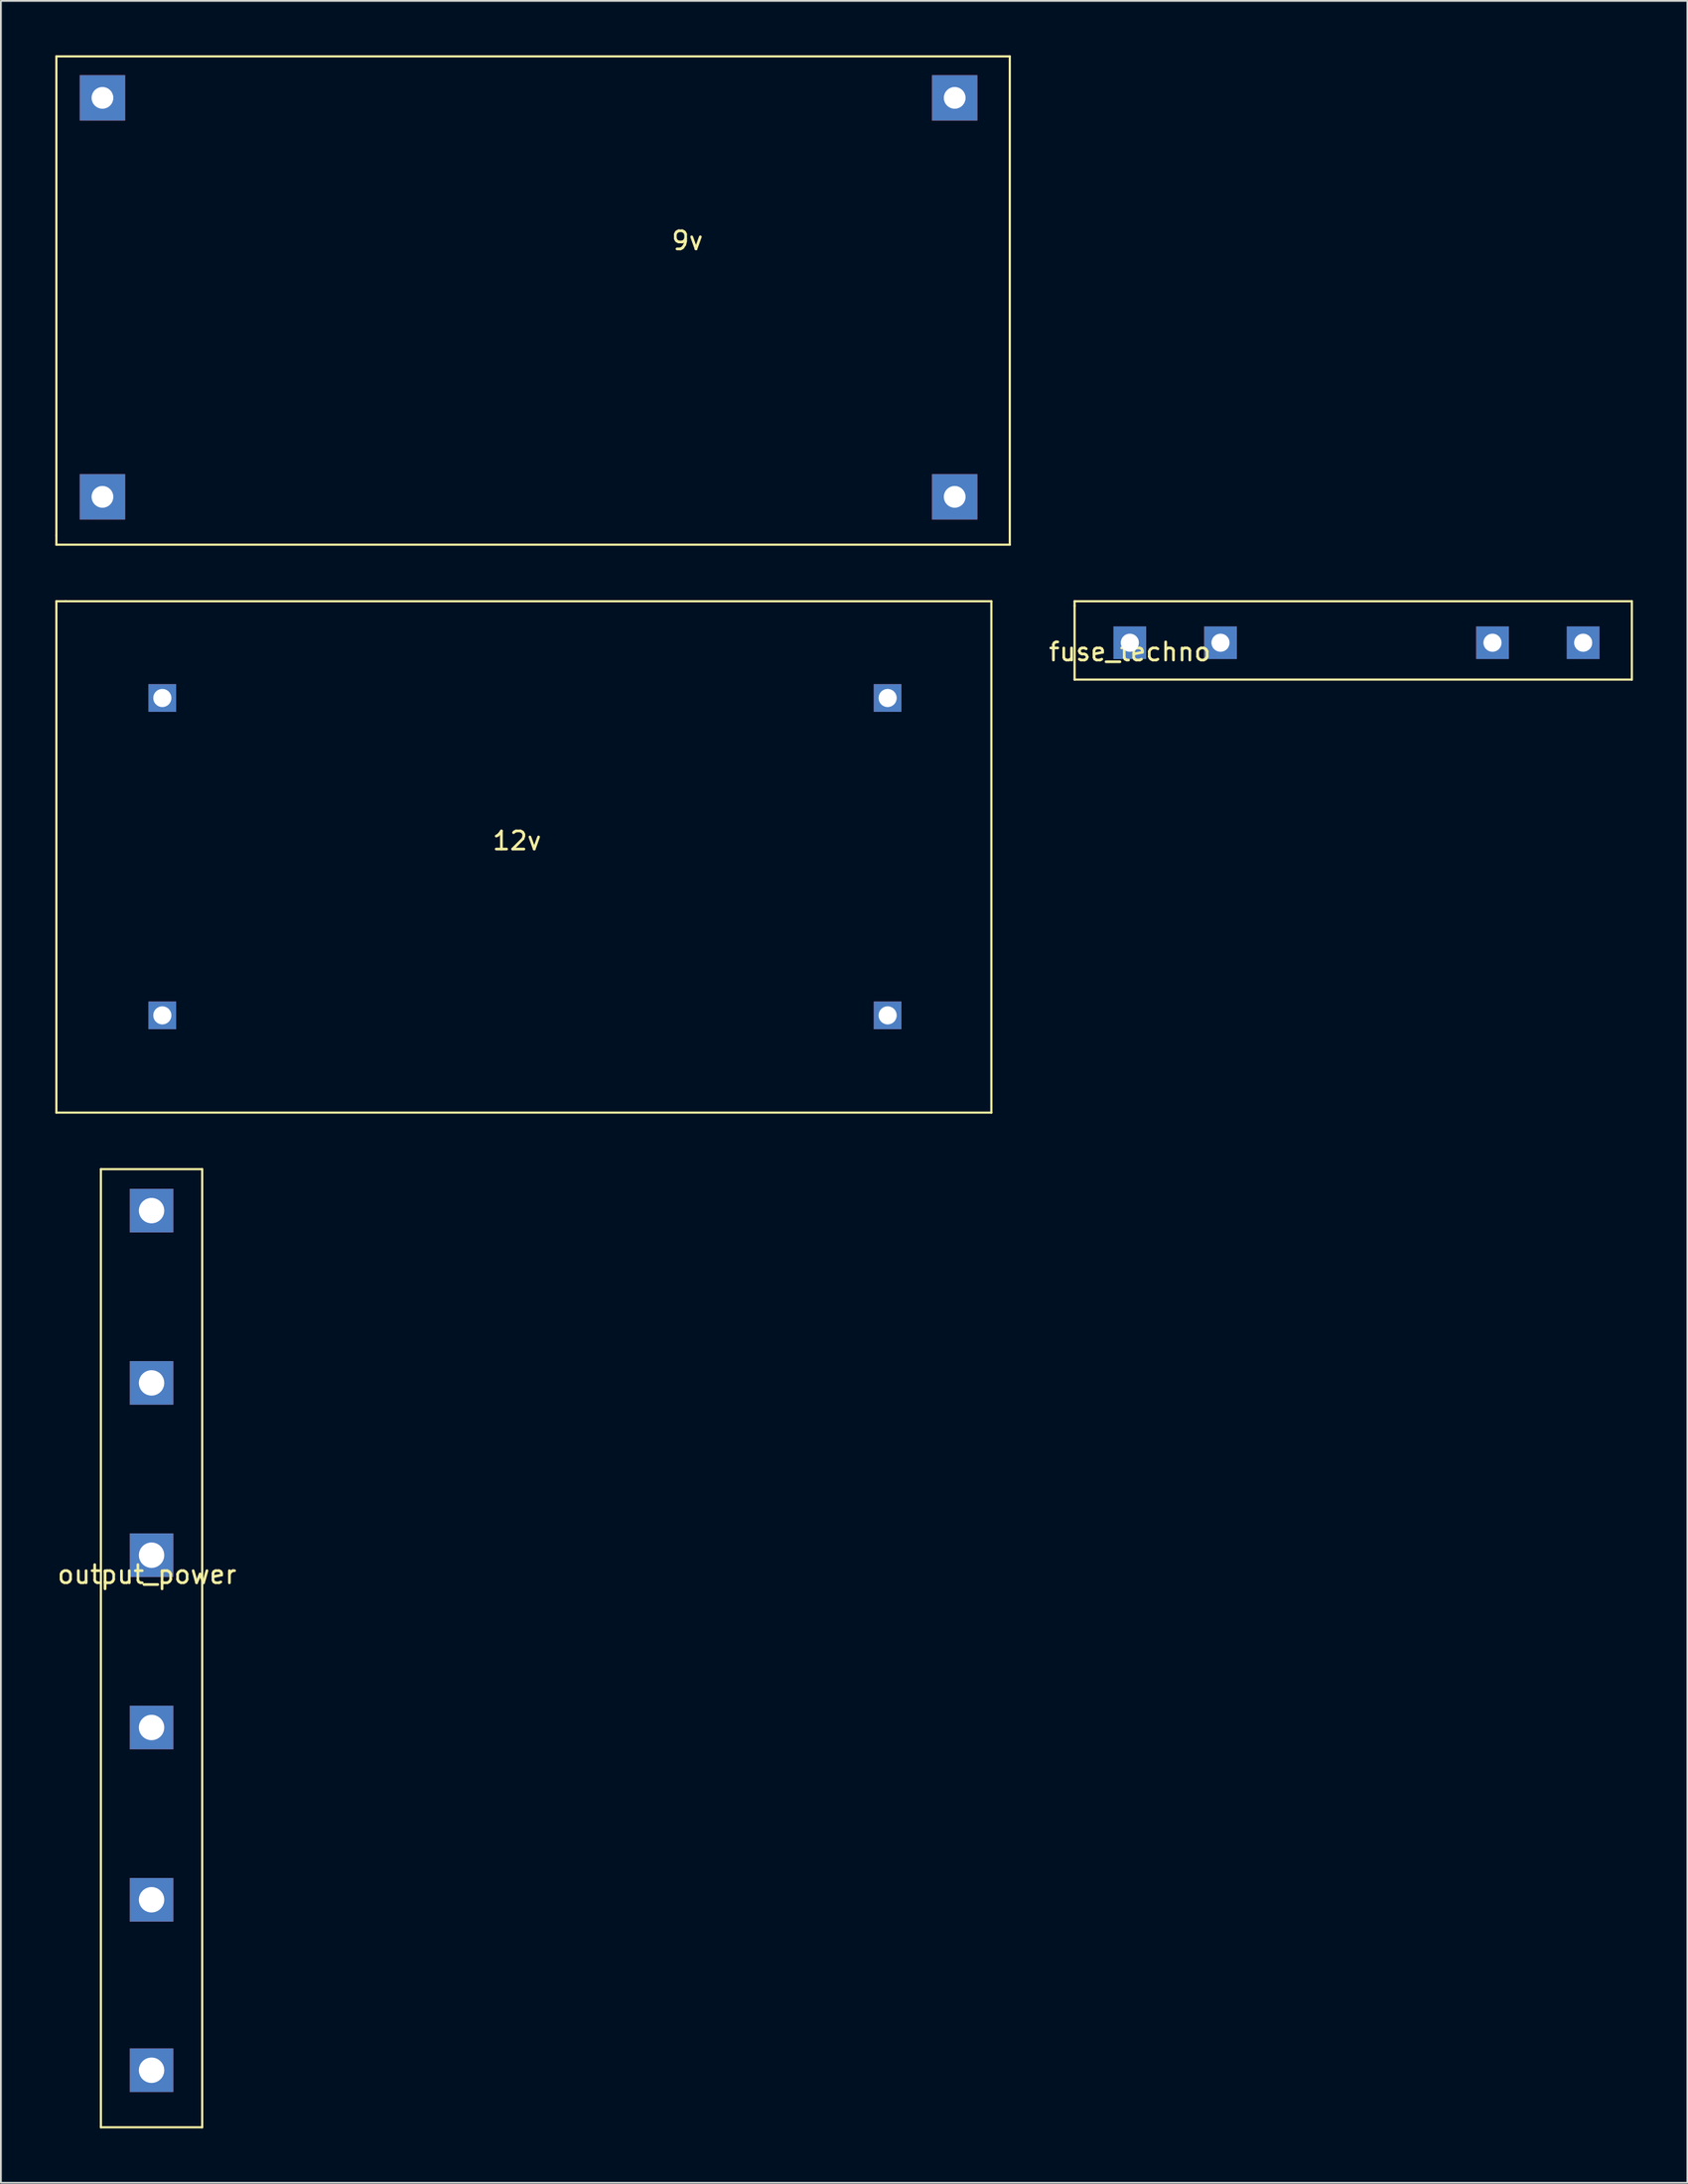
<source format=kicad_pcb>
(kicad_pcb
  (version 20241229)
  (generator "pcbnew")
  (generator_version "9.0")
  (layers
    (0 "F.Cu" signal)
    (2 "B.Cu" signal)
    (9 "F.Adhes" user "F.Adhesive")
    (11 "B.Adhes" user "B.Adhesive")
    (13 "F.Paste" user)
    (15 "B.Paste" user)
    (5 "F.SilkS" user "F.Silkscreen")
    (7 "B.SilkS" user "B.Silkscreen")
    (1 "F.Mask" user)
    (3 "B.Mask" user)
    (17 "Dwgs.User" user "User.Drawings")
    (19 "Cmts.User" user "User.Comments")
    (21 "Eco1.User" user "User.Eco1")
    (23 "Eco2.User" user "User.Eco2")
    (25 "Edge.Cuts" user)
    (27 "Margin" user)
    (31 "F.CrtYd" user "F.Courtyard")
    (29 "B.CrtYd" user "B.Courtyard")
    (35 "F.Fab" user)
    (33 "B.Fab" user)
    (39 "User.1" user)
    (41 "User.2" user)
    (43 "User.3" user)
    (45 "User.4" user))
  (footprint "output_power"
    (layer "F.Cu")
    (at 5.308 63.704)
    (property "Reference" "output_power" (at -0.254 20.066 0) (layer "F.SilkS") (effects (font (size 1 1) (thickness 0.15))))
    (attr through_hole)
    (fp_line (start -2.794 -2.286) (end 2.794 -2.286) (stroke (width 0.12) (type solid)) (layer "F.SilkS"))
    (fp_line (start -2.794 50.546) (end -2.794 -2.286) (stroke (width 0.12) (type solid)) (layer "F.SilkS"))
    (fp_line (start -2.794 50.546) (end 2.794 50.546) (stroke (width 0.12) (type solid)) (layer "F.SilkS"))
    (fp_line (start 2.794 -2.286) (end 2.794 50.546) (stroke (width 0.12) (type solid)) (layer "F.SilkS"))
    (pad "1" thru_hole rect (at 0 0) (size 2.4 2.4) (drill 1.4) (layers "*.Cu" "*.Mask"))
    (pad "2" thru_hole rect (at 0 9.5) (size 2.4 2.4) (drill 1.4) (layers "*.Cu" "*.Mask"))
    (pad "3" thru_hole rect (at 0 19) (size 2.4 2.4) (drill 1.4) (layers "*.Cu" "*.Mask"))
    (pad "4" thru_hole rect (at 0 28.5) (size 2.4 2.4) (drill 1.4) (layers "*.Cu" "*.Mask"))
    (pad "5" thru_hole rect (at 0 38) (size 2.4 2.4) (drill 1.4) (layers "*.Cu" "*.Mask"))
    (pad "6" thru_hole rect (at 0 47.4) (size 2.4 2.4) (drill 1.4) (layers "*.Cu" "*.Mask")))
  (footprint "9v"
    (layer "F.Cu")
    (at 2.6 2.346)
    (property "Reference" "9v" (at 32.258 7.874 0) (layer "F.SilkS") (effects (font (size 1 1) (thickness 0.15))))
    (attr through_hole)
    (fp_line (start -2.54 -2.286) (end -2.54 24.13) (stroke (width 0.12) (type solid)) (layer "F.SilkS"))
    (fp_line (start -2.54 24.13) (end -2.54 24.638) (stroke (width 0.12) (type solid)) (layer "F.SilkS"))
    (fp_line (start -2.54 24.638) (end 50.038 24.638) (stroke (width 0.12) (type solid)) (layer "F.SilkS"))
    (fp_line (start 50.038 -2.286) (end -2.54 -2.286) (stroke (width 0.12) (type solid)) (layer "F.SilkS"))
    (fp_line (start 50.038 24.638) (end 50.038 -2.286) (stroke (width 0.12) (type solid)) (layer "F.SilkS"))
    (pad "1" thru_hole rect (at 0 0) (size 2.5 2.5) (drill 1.2) (layers "*.Cu" "*.Mask"))
    (pad "2" thru_hole rect (at 47 0) (size 2.5 2.5) (drill 1.2) (layers "*.Cu" "*.Mask"))
    (pad "3" thru_hole rect (at 0 22) (size 2.5 2.5) (drill 1.2) (layers "*.Cu" "*.Mask"))
    (pad "4" thru_hole rect (at 47 22) (size 2.5 2.5) (drill 1.2) (layers "*.Cu" "*.Mask")))
  (footprint "12v"
    (layer "F.Cu")
    (at 5.902 35.438)
    (property "Reference" "12v" (at 19.558 7.874 0) (layer "F.SilkS") (effects (font (size 1 1) (thickness 0.15))))
    (attr through_hole)
    (fp_line (start -5.842 -5.334) (end -5.334 -5.334) (stroke (width 0.12) (type solid)) (layer "F.SilkS"))
    (fp_line (start -5.842 22.86) (end -5.842 -5.334) (stroke (width 0.12) (type solid)) (layer "F.SilkS"))
    (fp_line (start -5.334 -5.334) (end 45.72 -5.334) (stroke (width 0.12) (type solid)) (layer "F.SilkS"))
    (fp_line (start 45.72 -5.334) (end 45.72 22.86) (stroke (width 0.12) (type solid)) (layer "F.SilkS"))
    (fp_line (start 45.72 22.86) (end -5.842 22.86) (stroke (width 0.12) (type solid)) (layer "F.SilkS"))
    (pad "1" thru_hole rect (at 0 0) (size 1.524 1.524) (drill 1) (layers "*.Cu" "*.Mask"))
    (pad "2" thru_hole rect (at 40 0) (size 1.524 1.524) (drill 1) (layers "*.Cu" "*.Mask"))
    (pad "3" thru_hole rect (at 0 17.5) (size 1.524 1.524) (drill 1) (layers "*.Cu" "*.Mask"))
    (pad "4" thru_hole rect (at 40 17.5) (size 1.524 1.524) (drill 1) (layers "*.Cu" "*.Mask")))
  (footprint "fuse_techno"
    (layer "F.Cu")
    (at 59.259 32.39)
    (property "Reference" "fuse_techno" (at 0 0.5 0) (layer "F.SilkS") (effects (font (size 1 1) (thickness 0.15))))
    (attr through_hole)
    (fp_line (start -3.048 -2.286) (end -3.048 -2.032) (stroke (width 0.12) (type solid)) (layer "F.SilkS"))
    (fp_line (start -3.048 -2.032) (end -3.048 2.032) (stroke (width 0.12) (type solid)) (layer "F.SilkS"))
    (fp_line (start -3.048 2.032) (end 27.686 2.032) (stroke (width 0.12) (type solid)) (layer "F.SilkS"))
    (fp_line (start 27.686 -2.286) (end -3.048 -2.286) (stroke (width 0.12) (type solid)) (layer "F.SilkS"))
    (fp_line (start 27.686 2.032) (end 27.686 -2.286) (stroke (width 0.12) (type solid)) (layer "F.SilkS"))
    (pad "1" thru_hole rect (at 0 0) (size 1.8 1.8) (drill 1) (layers "*.Cu" "*.Mask"))
    (pad "1" thru_hole rect (at 5 0) (size 1.8 1.8) (drill 1) (layers "*.Cu" "*.Mask"))
    (pad "2" thru_hole rect (at 20 0) (size 1.8 1.8) (drill 1) (layers "*.Cu" "*.Mask"))
    (pad "2" thru_hole rect (at 25 0) (size 1.8 1.8) (drill 1) (layers "*.Cu" "*.Mask")))
  (gr_rect
    (start -3 -3)
    (end 90.005 117.31)
    (stroke (width 0.1) (type default))
    (fill no)
    (layer "Edge.Cuts")))
</source>
